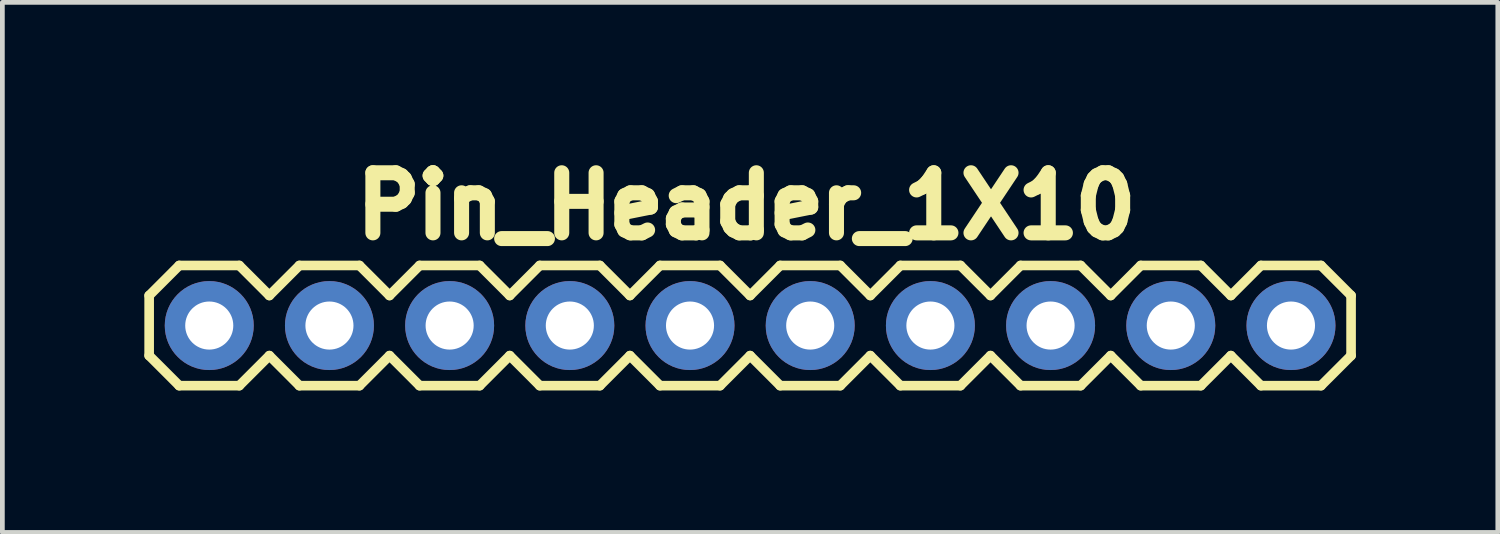
<source format=kicad_pcb>
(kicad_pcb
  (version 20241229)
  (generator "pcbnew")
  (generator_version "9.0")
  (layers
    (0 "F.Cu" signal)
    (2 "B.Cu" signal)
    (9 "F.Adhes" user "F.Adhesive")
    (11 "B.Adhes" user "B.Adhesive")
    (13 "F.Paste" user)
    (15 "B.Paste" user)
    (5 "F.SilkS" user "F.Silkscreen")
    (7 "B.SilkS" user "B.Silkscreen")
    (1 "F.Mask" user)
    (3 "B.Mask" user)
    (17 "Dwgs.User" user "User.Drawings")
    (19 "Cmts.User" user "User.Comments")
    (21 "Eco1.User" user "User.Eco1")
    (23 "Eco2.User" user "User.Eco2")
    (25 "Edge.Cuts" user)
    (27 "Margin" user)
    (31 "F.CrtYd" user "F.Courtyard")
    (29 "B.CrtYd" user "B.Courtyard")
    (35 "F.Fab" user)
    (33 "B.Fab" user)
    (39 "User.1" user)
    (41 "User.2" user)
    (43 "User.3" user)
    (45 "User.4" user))
  (footprint "Pin_Header_1X10"
    (layer "F.Cu")
    (at 12.692 3.79)
    (property "Reference" "Pin_Header_1X10" (at 0.03 -2.49 0) (layer "F.SilkS") (effects (font (size 1.27 1.27) (thickness 0.318))))
    (attr exclude_from_pos_files exclude_from_bom)
    (fp_line (start -12.59 -0.595) (end -12.59 0.675) (stroke (width 0.203) (type solid)) (layer "F.SilkS"))
    (fp_line (start -12.59 0.675) (end -11.955 1.31) (stroke (width 0.203) (type solid)) (layer "F.SilkS"))
    (fp_line (start -11.955 -1.23) (end -12.59 -0.595) (stroke (width 0.203) (type solid)) (layer "F.SilkS"))
    (fp_line (start -11.955 -1.23) (end -10.685 -1.23) (stroke (width 0.203) (type solid)) (layer "F.SilkS"))
    (fp_line (start -10.685 -1.23) (end -10.05 -0.595) (stroke (width 0.203) (type solid)) (layer "F.SilkS"))
    (fp_line (start -10.685 1.31) (end -11.955 1.31) (stroke (width 0.203) (type solid)) (layer "F.SilkS"))
    (fp_line (start -10.05 -0.595) (end -9.415 -1.23) (stroke (width 0.203) (type solid)) (layer "F.SilkS"))
    (fp_line (start -10.05 0.675) (end -10.685 1.31) (stroke (width 0.203) (type solid)) (layer "F.SilkS"))
    (fp_line (start -9.415 -1.23) (end -8.145 -1.23) (stroke (width 0.203) (type solid)) (layer "F.SilkS"))
    (fp_line (start -9.415 1.31) (end -10.05 0.675) (stroke (width 0.203) (type solid)) (layer "F.SilkS"))
    (fp_line (start -8.145 -1.23) (end -7.51 -0.595) (stroke (width 0.203) (type solid)) (layer "F.SilkS"))
    (fp_line (start -8.145 1.31) (end -9.415 1.31) (stroke (width 0.203) (type solid)) (layer "F.SilkS"))
    (fp_line (start -7.51 -0.595) (end -6.875 -1.23) (stroke (width 0.203) (type solid)) (layer "F.SilkS"))
    (fp_line (start -7.51 0.675) (end -8.145 1.31) (stroke (width 0.203) (type solid)) (layer "F.SilkS"))
    (fp_line (start -6.875 -1.23) (end -5.605 -1.23) (stroke (width 0.203) (type solid)) (layer "F.SilkS"))
    (fp_line (start -6.875 1.31) (end -7.51 0.675) (stroke (width 0.203) (type solid)) (layer "F.SilkS"))
    (fp_line (start -5.605 -1.23) (end -4.97 -0.595) (stroke (width 0.203) (type solid)) (layer "F.SilkS"))
    (fp_line (start -5.605 1.31) (end -6.875 1.31) (stroke (width 0.203) (type solid)) (layer "F.SilkS"))
    (fp_line (start -4.97 0.675) (end -5.605 1.31) (stroke (width 0.203) (type solid)) (layer "F.SilkS"))
    (fp_line (start -4.97 0.675) (end -4.335 1.31) (stroke (width 0.203) (type solid)) (layer "F.SilkS"))
    (fp_line (start -4.335 -1.23) (end -4.97 -0.595) (stroke (width 0.203) (type solid)) (layer "F.SilkS"))
    (fp_line (start -4.335 -1.23) (end -3.065 -1.23) (stroke (width 0.203) (type solid)) (layer "F.SilkS"))
    (fp_line (start -3.065 -1.23) (end -2.43 -0.595) (stroke (width 0.203) (type solid)) (layer "F.SilkS"))
    (fp_line (start -3.065 1.31) (end -4.335 1.31) (stroke (width 0.203) (type solid)) (layer "F.SilkS"))
    (fp_line (start -2.43 -0.595) (end -1.795 -1.23) (stroke (width 0.203) (type solid)) (layer "F.SilkS"))
    (fp_line (start -2.43 0.675) (end -3.065 1.31) (stroke (width 0.203) (type solid)) (layer "F.SilkS"))
    (fp_line (start -1.795 -1.23) (end -0.525 -1.23) (stroke (width 0.203) (type solid)) (layer "F.SilkS"))
    (fp_line (start -1.795 1.31) (end -2.43 0.675) (stroke (width 0.203) (type solid)) (layer "F.SilkS"))
    (fp_line (start -0.525 -1.23) (end 0.11 -0.595) (stroke (width 0.203) (type solid)) (layer "F.SilkS"))
    (fp_line (start -0.525 1.31) (end -1.795 1.31) (stroke (width 0.203) (type solid)) (layer "F.SilkS"))
    (fp_line (start 0.11 -0.595) (end 0.745 -1.23) (stroke (width 0.203) (type solid)) (layer "F.SilkS"))
    (fp_line (start 0.11 0.675) (end -0.525 1.31) (stroke (width 0.203) (type solid)) (layer "F.SilkS"))
    (fp_line (start 0.745 -1.23) (end 2.015 -1.23) (stroke (width 0.203) (type solid)) (layer "F.SilkS"))
    (fp_line (start 0.745 1.31) (end 0.11 0.675) (stroke (width 0.203) (type solid)) (layer "F.SilkS"))
    (fp_line (start 2.015 -1.23) (end 2.65 -0.595) (stroke (width 0.203) (type solid)) (layer "F.SilkS"))
    (fp_line (start 2.015 1.31) (end 0.745 1.31) (stroke (width 0.203) (type solid)) (layer "F.SilkS"))
    (fp_line (start 2.65 0.675) (end 2.015 1.31) (stroke (width 0.203) (type solid)) (layer "F.SilkS"))
    (fp_line (start 2.65 0.675) (end 3.285 1.31) (stroke (width 0.203) (type solid)) (layer "F.SilkS"))
    (fp_line (start 3.285 -1.23) (end 2.65 -0.595) (stroke (width 0.203) (type solid)) (layer "F.SilkS"))
    (fp_line (start 3.285 -1.23) (end 4.555 -1.23) (stroke (width 0.203) (type solid)) (layer "F.SilkS"))
    (fp_line (start 4.555 -1.23) (end 5.19 -0.595) (stroke (width 0.203) (type solid)) (layer "F.SilkS"))
    (fp_line (start 4.555 1.31) (end 3.285 1.31) (stroke (width 0.203) (type solid)) (layer "F.SilkS"))
    (fp_line (start 5.19 0.675) (end 4.555 1.31) (stroke (width 0.203) (type solid)) (layer "F.SilkS"))
    (fp_line (start 5.19 0.675) (end 5.825 1.31) (stroke (width 0.203) (type solid)) (layer "F.SilkS"))
    (fp_line (start 5.825 -1.23) (end 5.19 -0.595) (stroke (width 0.203) (type solid)) (layer "F.SilkS"))
    (fp_line (start 5.825 -1.23) (end 7.095 -1.23) (stroke (width 0.203) (type solid)) (layer "F.SilkS"))
    (fp_line (start 7.095 -1.23) (end 7.73 -0.595) (stroke (width 0.203) (type solid)) (layer "F.SilkS"))
    (fp_line (start 7.095 1.31) (end 5.825 1.31) (stroke (width 0.203) (type solid)) (layer "F.SilkS"))
    (fp_line (start 7.73 0.675) (end 7.095 1.31) (stroke (width 0.203) (type solid)) (layer "F.SilkS"))
    (fp_line (start 7.73 0.675) (end 8.365 1.31) (stroke (width 0.203) (type solid)) (layer "F.SilkS"))
    (fp_line (start 8.365 -1.23) (end 7.73 -0.595) (stroke (width 0.203) (type solid)) (layer "F.SilkS"))
    (fp_line (start 8.365 -1.23) (end 9.635 -1.23) (stroke (width 0.203) (type solid)) (layer "F.SilkS"))
    (fp_line (start 9.635 -1.23) (end 10.27 -0.595) (stroke (width 0.203) (type solid)) (layer "F.SilkS"))
    (fp_line (start 9.635 1.31) (end 8.365 1.31) (stroke (width 0.203) (type solid)) (layer "F.SilkS"))
    (fp_line (start 10.27 0.675) (end 9.635 1.31) (stroke (width 0.203) (type solid)) (layer "F.SilkS"))
    (fp_line (start 10.27 0.675) (end 10.905 1.31) (stroke (width 0.203) (type solid)) (layer "F.SilkS"))
    (fp_line (start 10.905 -1.23) (end 10.27 -0.595) (stroke (width 0.203) (type solid)) (layer "F.SilkS"))
    (fp_line (start 10.905 -1.23) (end 12.175 -1.23) (stroke (width 0.203) (type solid)) (layer "F.SilkS"))
    (fp_line (start 12.175 -1.23) (end 12.81 -0.595) (stroke (width 0.203) (type solid)) (layer "F.SilkS"))
    (fp_line (start 12.175 1.31) (end 10.905 1.31) (stroke (width 0.203) (type solid)) (layer "F.SilkS"))
    (fp_line (start 12.81 -0.595) (end 12.81 0.675) (stroke (width 0.203) (type solid)) (layer "F.SilkS"))
    (fp_line (start 12.81 0.675) (end 12.175 1.31) (stroke (width 0.203) (type solid)) (layer "F.SilkS"))
    (fp_line (start -11.574 -0.214) (end -11.066 -0.214) (stroke (width 0.066) (type solid)) (layer "Dwgs.User"))
    (fp_line (start -11.574 0.294) (end -11.574 -0.214) (stroke (width 0.066) (type solid)) (layer "Dwgs.User"))
    (fp_line (start -11.574 0.294) (end -11.066 0.294) (stroke (width 0.066) (type solid)) (layer "Dwgs.User"))
    (fp_line (start -11.066 0.294) (end -11.066 -0.214) (stroke (width 0.066) (type solid)) (layer "Dwgs.User"))
    (fp_line (start -9.034 -0.214) (end -8.526 -0.214) (stroke (width 0.066) (type solid)) (layer "Dwgs.User"))
    (fp_line (start -9.034 0.294) (end -9.034 -0.214) (stroke (width 0.066) (type solid)) (layer "Dwgs.User"))
    (fp_line (start -9.034 0.294) (end -8.526 0.294) (stroke (width 0.066) (type solid)) (layer "Dwgs.User"))
    (fp_line (start -8.526 0.294) (end -8.526 -0.214) (stroke (width 0.066) (type solid)) (layer "Dwgs.User"))
    (fp_line (start -6.494 -0.214) (end -5.986 -0.214) (stroke (width 0.066) (type solid)) (layer "Dwgs.User"))
    (fp_line (start -6.494 0.294) (end -6.494 -0.214) (stroke (width 0.066) (type solid)) (layer "Dwgs.User"))
    (fp_line (start -6.494 0.294) (end -5.986 0.294) (stroke (width 0.066) (type solid)) (layer "Dwgs.User"))
    (fp_line (start -5.986 0.294) (end -5.986 -0.214) (stroke (width 0.066) (type solid)) (layer "Dwgs.User"))
    (fp_line (start -3.954 -0.214) (end -3.446 -0.214) (stroke (width 0.066) (type solid)) (layer "Dwgs.User"))
    (fp_line (start -3.954 0.294) (end -3.954 -0.214) (stroke (width 0.066) (type solid)) (layer "Dwgs.User"))
    (fp_line (start -3.954 0.294) (end -3.446 0.294) (stroke (width 0.066) (type solid)) (layer "Dwgs.User"))
    (fp_line (start -3.446 0.294) (end -3.446 -0.214) (stroke (width 0.066) (type solid)) (layer "Dwgs.User"))
    (fp_line (start -1.414 -0.214) (end -0.906 -0.214) (stroke (width 0.066) (type solid)) (layer "Dwgs.User"))
    (fp_line (start -1.414 0.294) (end -1.414 -0.214) (stroke (width 0.066) (type solid)) (layer "Dwgs.User"))
    (fp_line (start -1.414 0.294) (end -0.906 0.294) (stroke (width 0.066) (type solid)) (layer "Dwgs.User"))
    (fp_line (start -0.906 0.294) (end -0.906 -0.214) (stroke (width 0.066) (type solid)) (layer "Dwgs.User"))
    (fp_line (start 1.126 -0.214) (end 1.634 -0.214) (stroke (width 0.066) (type solid)) (layer "Dwgs.User"))
    (fp_line (start 1.126 0.294) (end 1.126 -0.214) (stroke (width 0.066) (type solid)) (layer "Dwgs.User"))
    (fp_line (start 1.126 0.294) (end 1.634 0.294) (stroke (width 0.066) (type solid)) (layer "Dwgs.User"))
    (fp_line (start 1.634 0.294) (end 1.634 -0.214) (stroke (width 0.066) (type solid)) (layer "Dwgs.User"))
    (fp_line (start 3.666 -0.214) (end 4.174 -0.214) (stroke (width 0.066) (type solid)) (layer "Dwgs.User"))
    (fp_line (start 3.666 0.294) (end 3.666 -0.214) (stroke (width 0.066) (type solid)) (layer "Dwgs.User"))
    (fp_line (start 3.666 0.294) (end 4.174 0.294) (stroke (width 0.066) (type solid)) (layer "Dwgs.User"))
    (fp_line (start 4.174 0.294) (end 4.174 -0.214) (stroke (width 0.066) (type solid)) (layer "Dwgs.User"))
    (fp_line (start 6.203 -0.214) (end 6.714 -0.214) (stroke (width 0.066) (type solid)) (layer "Dwgs.User"))
    (fp_line (start 6.203 0.294) (end 6.203 -0.214) (stroke (width 0.066) (type solid)) (layer "Dwgs.User"))
    (fp_line (start 6.203 0.294) (end 6.714 0.294) (stroke (width 0.066) (type solid)) (layer "Dwgs.User"))
    (fp_line (start 6.714 0.294) (end 6.714 -0.214) (stroke (width 0.066) (type solid)) (layer "Dwgs.User"))
    (fp_line (start 8.746 -0.214) (end 9.254 -0.214) (stroke (width 0.066) (type solid)) (layer "Dwgs.User"))
    (fp_line (start 8.746 0.294) (end 8.746 -0.214) (stroke (width 0.066) (type solid)) (layer "Dwgs.User"))
    (fp_line (start 8.746 0.294) (end 9.254 0.294) (stroke (width 0.066) (type solid)) (layer "Dwgs.User"))
    (fp_line (start 9.254 0.294) (end 9.254 -0.214) (stroke (width 0.066) (type solid)) (layer "Dwgs.User"))
    (fp_line (start 11.286 -0.214) (end 11.794 -0.214) (stroke (width 0.066) (type solid)) (layer "Dwgs.User"))
    (fp_line (start 11.286 0.294) (end 11.286 -0.214) (stroke (width 0.066) (type solid)) (layer "Dwgs.User"))
    (fp_line (start 11.286 0.294) (end 11.794 0.294) (stroke (width 0.066) (type solid)) (layer "Dwgs.User"))
    (fp_line (start 11.794 0.294) (end 11.794 -0.214) (stroke (width 0.066) (type solid)) (layer "Dwgs.User"))
    (pad "1" thru_hole circle (at -11.32 0.04) (size 1.88 1.88) (drill 1.016) (layers "*.Cu" "*.Paste" "*.Mask"))
    (pad "2" thru_hole circle (at -8.78 0.04) (size 1.88 1.88) (drill 1.016) (layers "*.Cu" "*.Paste" "*.Mask"))
    (pad "3" thru_hole circle (at -6.24 0.04) (size 1.88 1.88) (drill 1.016) (layers "*.Cu" "*.Paste" "*.Mask"))
    (pad "4" thru_hole circle (at -3.7 0.04) (size 1.88 1.88) (drill 1.016) (layers "*.Cu" "*.Paste" "*.Mask"))
    (pad "5" thru_hole circle (at -1.16 0.04) (size 1.88 1.88) (drill 1.016) (layers "*.Cu" "*.Paste" "*.Mask"))
    (pad "6" thru_hole circle (at 1.38 0.04) (size 1.88 1.88) (drill 1.016) (layers "*.Cu" "*.Paste" "*.Mask"))
    (pad "7" thru_hole circle (at 3.92 0.04) (size 1.88 1.88) (drill 1.016) (layers "*.Cu" "*.Paste" "*.Mask"))
    (pad "8" thru_hole circle (at 6.46 0.04) (size 1.88 1.88) (drill 1.016) (layers "*.Cu" "*.Paste" "*.Mask"))
    (pad "9" thru_hole circle (at 9 0.04) (size 1.88 1.88) (drill 1.016) (layers "*.Cu" "*.Paste" "*.Mask"))
    (pad "10" thru_hole circle (at 11.54 0.04) (size 1.88 1.88) (drill 1.016) (layers "*.Cu" "*.Paste" "*.Mask")))
  (gr_rect
    (start -3 -3)
    (end 28.603 8.202)
    (stroke (width 0.1) (type default))
    (fill no)
    (layer "Edge.Cuts")))
</source>
